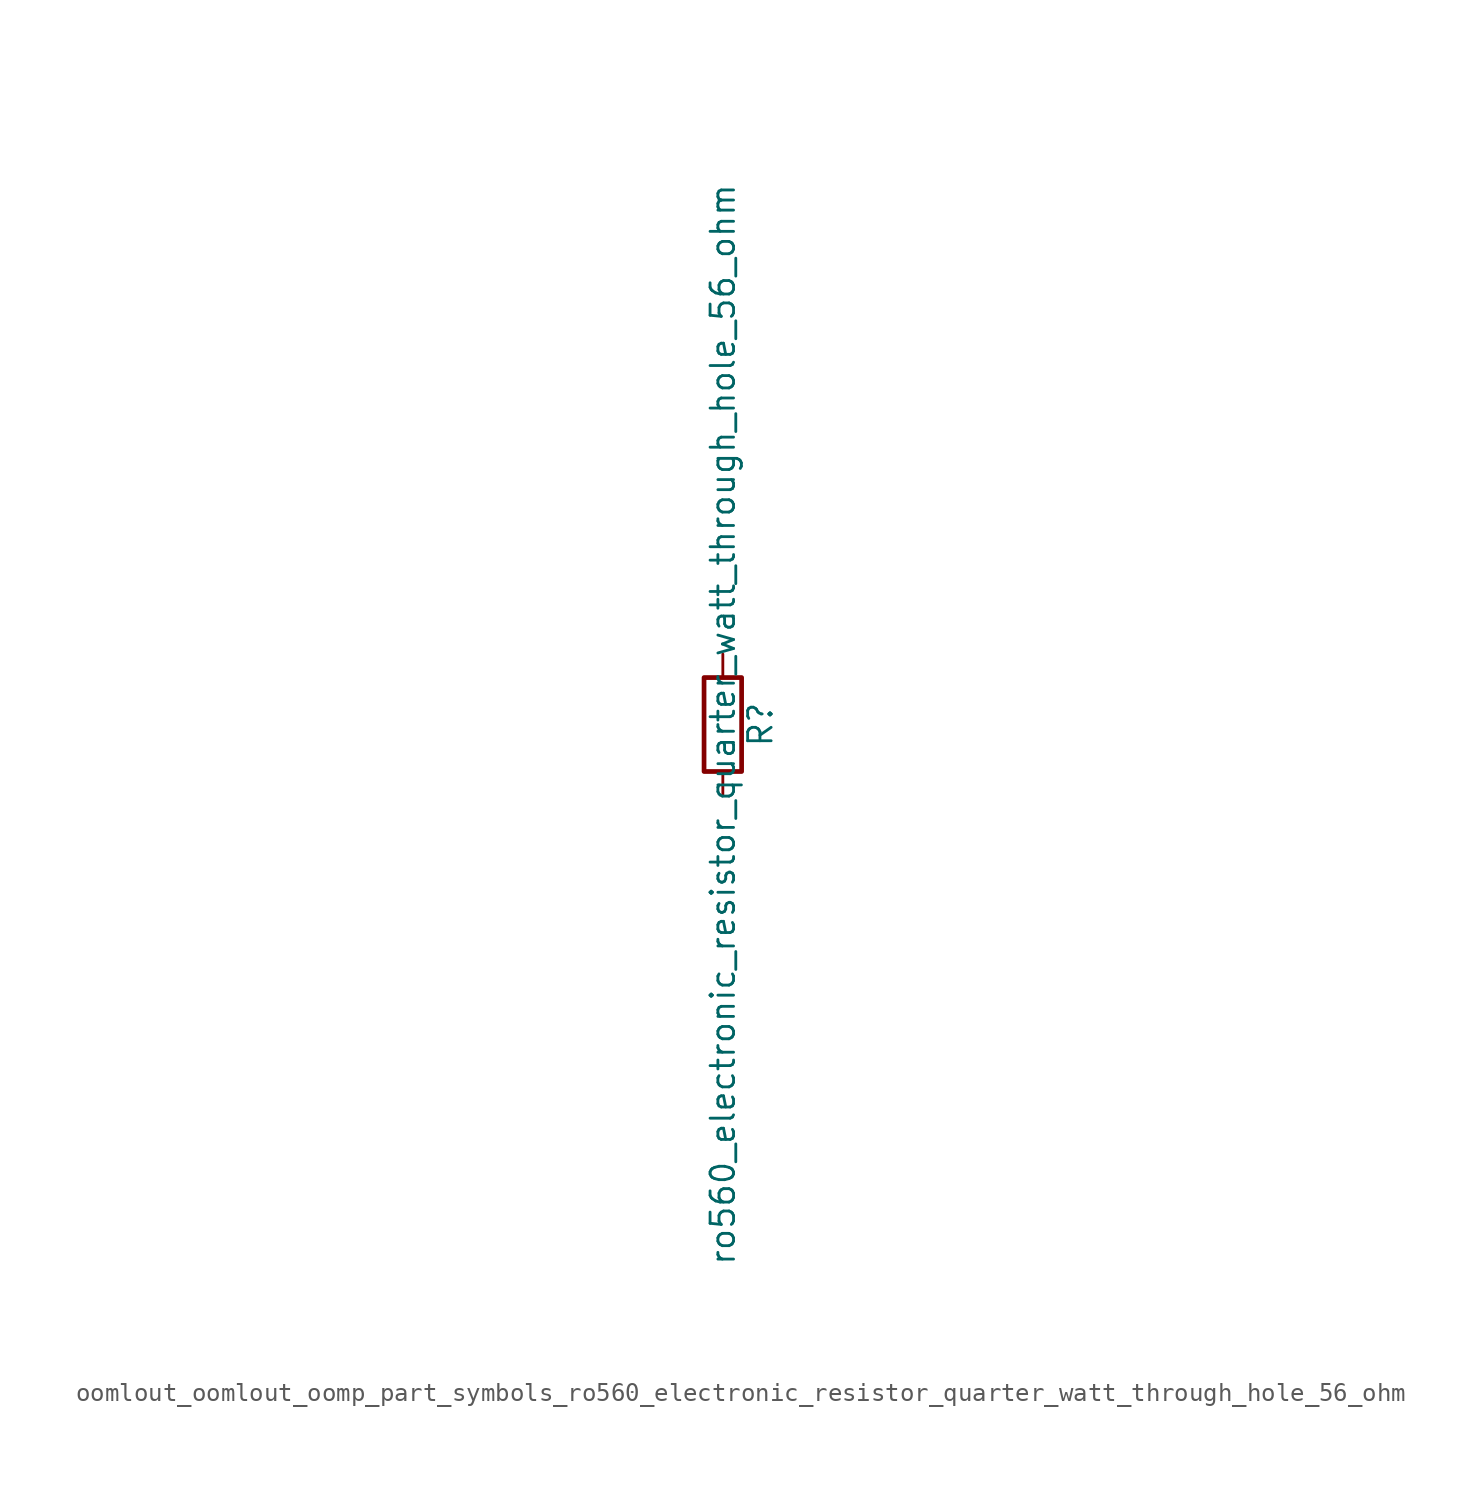
<source format=kicad_sym>
(kicad_symbol_lib
  (version 20220914)
  (generator kicad_symbol_editor)
  (symbol "oomlout_oomlout_oomp_part_symbols_ro560_electronic_resistor_quarter_watt_through_hole_56_ohm"
    (pin_numbers hide)
    (pin_names
      (offset 0))
    (property "Reference" "R"
      (at 2.032 0 90)
      (effects (font (size 1.27 1.27))))
    (property "Value" "ro560_electronic_resistor_quarter_watt_through_hole_56_ohm"
      (at 0 0 90)
      (effects (font (size 1.27 1.27))))
    (symbol "oomlout_oomlout_oomp_part_symbols_ro560_electronic_resistor_quarter_watt_through_hole_56_ohm_0_1"
      (rectangle (start -1.016 -2.54) (end 1.016 2.54) (stroke (width 0.254) (type default)) (fill (type none))))
    (symbol "oomlout_oomlout_oomp_part_symbols_ro560_electronic_resistor_quarter_watt_through_hole_56_ohm_1_1"
      (pin passive line (at 0 3.81 270) (length 1.27) (name "~" (effects (font (size 1.27 1.27)))) (number "1" (effects (font (size 1.27 1.27)))))
      (pin passive line (at 0 -3.81 90) (length 1.27) (name "~" (effects (font (size 1.27 1.27)))) (number "2" (effects (font (size 1.27 1.27))))))))
</source>
